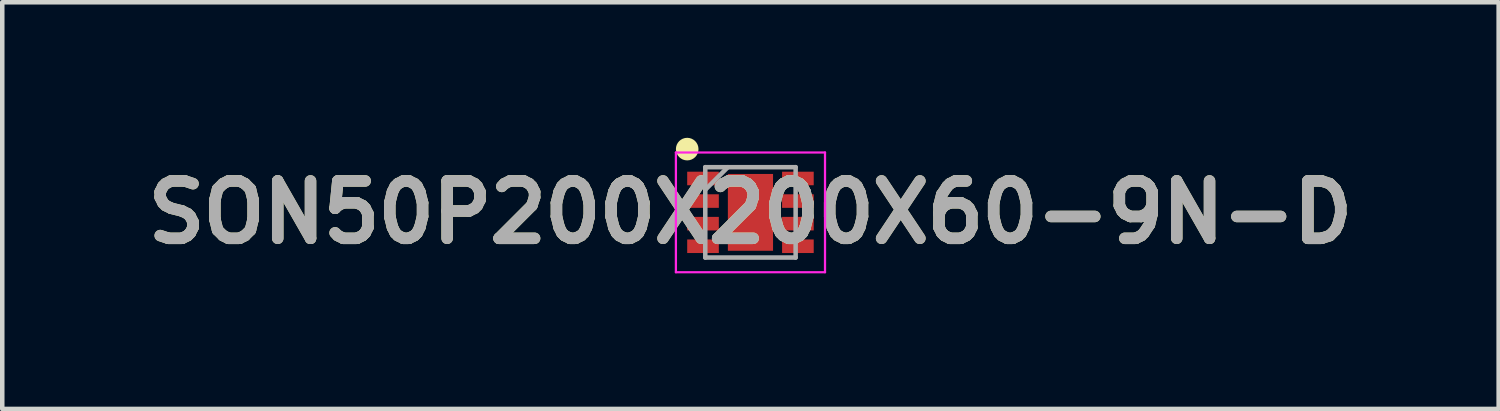
<source format=kicad_pcb>
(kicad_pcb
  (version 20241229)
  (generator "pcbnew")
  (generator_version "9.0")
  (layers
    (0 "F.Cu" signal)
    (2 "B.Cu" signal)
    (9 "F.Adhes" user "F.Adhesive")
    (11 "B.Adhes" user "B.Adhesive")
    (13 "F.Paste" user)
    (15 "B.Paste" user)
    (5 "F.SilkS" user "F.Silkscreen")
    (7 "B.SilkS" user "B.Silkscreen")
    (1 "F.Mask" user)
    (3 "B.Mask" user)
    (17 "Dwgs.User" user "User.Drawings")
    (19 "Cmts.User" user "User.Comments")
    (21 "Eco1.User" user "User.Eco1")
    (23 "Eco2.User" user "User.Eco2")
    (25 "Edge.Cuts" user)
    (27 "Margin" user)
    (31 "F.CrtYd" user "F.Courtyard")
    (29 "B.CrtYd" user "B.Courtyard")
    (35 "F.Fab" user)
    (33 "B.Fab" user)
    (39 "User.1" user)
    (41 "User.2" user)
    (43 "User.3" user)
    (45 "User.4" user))
  (footprint "SON50P200X200X60-9N-D"
    (layer "F.Cu")
    (at 13.559 1.65)
    (property "Reference" "SON50P200X200X60-9N-D" (at 0 0 0) (layer "F.SilkS") (effects (font (size 1.27 1.27) (thickness 0.254))))
    (attr smd)
    (fp_circle (center -1.4 -1.4) (end -1.4 -1.275) (stroke (width 0.25) (type solid)) (fill no) (layer "F.SilkS"))
    (fp_line (start -1.65 -1.325) (end 1.65 -1.325) (stroke (width 0.05) (type solid)) (layer "F.CrtYd"))
    (fp_line (start -1.65 1.325) (end -1.65 -1.325) (stroke (width 0.05) (type solid)) (layer "F.CrtYd"))
    (fp_line (start 1.65 -1.325) (end 1.65 1.325) (stroke (width 0.05) (type solid)) (layer "F.CrtYd"))
    (fp_line (start 1.65 1.325) (end -1.65 1.325) (stroke (width 0.05) (type solid)) (layer "F.CrtYd"))
    (fp_line (start -1 -1) (end 1 -1) (stroke (width 0.1) (type solid)) (layer "F.Fab"))
    (fp_line (start -1 -0.5) (end -0.5 -1) (stroke (width 0.1) (type solid)) (layer "F.Fab"))
    (fp_line (start -1 1) (end -1 -1) (stroke (width 0.1) (type solid)) (layer "F.Fab"))
    (fp_line (start 1 -1) (end 1 1) (stroke (width 0.1) (type solid)) (layer "F.Fab"))
    (fp_line (start 1 1) (end -1 1) (stroke (width 0.1) (type solid)) (layer "F.Fab"))
    (fp_text user "${REFERENCE}" (at 0 0 0) (layer "F.Fab") (effects (font (size 1.27 1.27) (thickness 0.254))))
    (pad "1" smd rect (at -1.05 -0.75 90) (size 0.3 0.7) (layers "F.Cu" "F.Mask" "F.Paste"))
    (pad "2" smd rect (at -1.05 -0.25 90) (size 0.3 0.7) (layers "F.Cu" "F.Mask" "F.Paste"))
    (pad "3" smd rect (at -1.05 0.25 90) (size 0.3 0.7) (layers "F.Cu" "F.Mask" "F.Paste"))
    (pad "4" smd rect (at -1.05 0.75 90) (size 0.3 0.7) (layers "F.Cu" "F.Mask" "F.Paste"))
    (pad "5" smd rect (at 1.05 0.75 90) (size 0.3 0.7) (layers "F.Cu" "F.Mask" "F.Paste"))
    (pad "6" smd rect (at 1.05 0.25 90) (size 0.3 0.7) (layers "F.Cu" "F.Mask" "F.Paste"))
    (pad "7" smd rect (at 1.05 -0.25 90) (size 0.3 0.7) (layers "F.Cu" "F.Mask" "F.Paste"))
    (pad "8" smd rect (at 1.05 -0.75 90) (size 0.3 0.7) (layers "F.Cu" "F.Mask" "F.Paste"))
    (pad "9" smd rect (at 0 0) (size 1 1.7) (layers "F.Cu" "F.Mask" "F.Paste")))
  (gr_rect
    (start -3 -3)
    (end 30.118 6)
    (stroke (width 0.1) (type default))
    (fill no)
    (layer "Edge.Cuts")))
</source>
